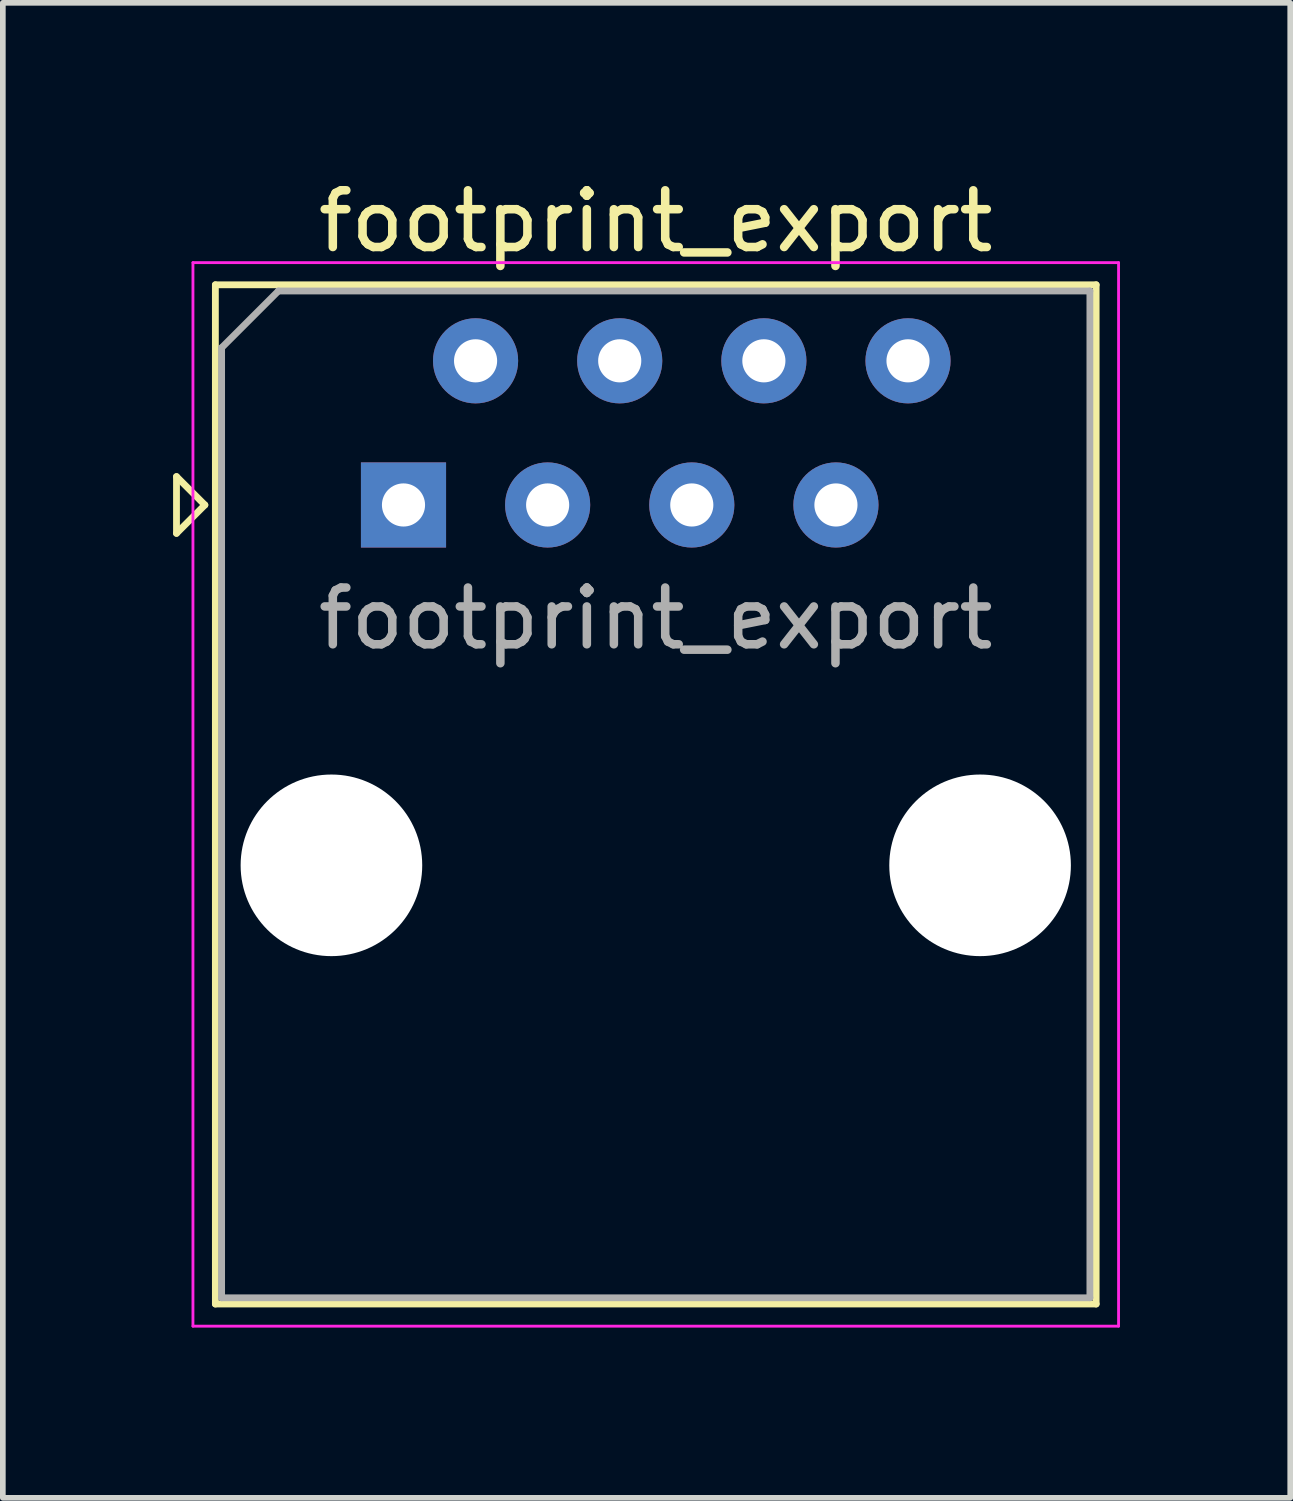
<source format=kicad_pcb>
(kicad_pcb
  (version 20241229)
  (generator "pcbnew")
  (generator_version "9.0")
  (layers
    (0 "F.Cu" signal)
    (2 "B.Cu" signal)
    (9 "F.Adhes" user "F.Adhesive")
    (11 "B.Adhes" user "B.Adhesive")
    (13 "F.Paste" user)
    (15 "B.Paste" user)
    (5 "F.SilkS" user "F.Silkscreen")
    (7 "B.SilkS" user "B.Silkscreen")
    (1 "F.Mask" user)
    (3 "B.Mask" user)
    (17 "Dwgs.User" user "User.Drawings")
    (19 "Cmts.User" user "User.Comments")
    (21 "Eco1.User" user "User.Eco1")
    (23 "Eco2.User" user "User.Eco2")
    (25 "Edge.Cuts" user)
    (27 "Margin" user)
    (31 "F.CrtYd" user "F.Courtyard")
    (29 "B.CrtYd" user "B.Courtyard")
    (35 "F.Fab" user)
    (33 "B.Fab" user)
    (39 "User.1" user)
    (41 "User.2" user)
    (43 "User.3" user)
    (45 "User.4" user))
  (footprint "footprint_export"
    (layer "F.Cu")
    (at 4.06 5.848)
    (property "Reference" "footprint_export" (at 4.445 -5 0) (layer "F.SilkS") (effects (font (size 1 1) (thickness 0.15))))
    (attr through_hole)
    (fp_line (start -4 -0.5) (end -4 0.5) (stroke (width 0.12) (type solid)) (layer "F.SilkS"))
    (fp_line (start -4 0.5) (end -3.5 0) (stroke (width 0.12) (type solid)) (layer "F.SilkS"))
    (fp_line (start -3.5 0) (end -4 -0.5) (stroke (width 0.12) (type solid)) (layer "F.SilkS"))
    (fp_line (start -3.315 -3.88) (end -3.315 14.08) (stroke (width 0.12) (type solid)) (layer "F.SilkS"))
    (fp_line (start -3.315 14.08) (end 12.205 14.08) (stroke (width 0.12) (type solid)) (layer "F.SilkS"))
    (fp_line (start 12.205 -3.88) (end -3.315 -3.88) (stroke (width 0.12) (type solid)) (layer "F.SilkS"))
    (fp_line (start 12.205 -3.88) (end 12.205 14.08) (stroke (width 0.12) (type solid)) (layer "F.SilkS"))
    (fp_line (start -3.71 -4.27) (end -3.71 14.47) (stroke (width 0.05) (type solid)) (layer "F.CrtYd"))
    (fp_line (start -3.71 -4.27) (end 12.6 -4.27) (stroke (width 0.05) (type solid)) (layer "F.CrtYd"))
    (fp_line (start 12.6 14.47) (end -3.71 14.47) (stroke (width 0.05) (type solid)) (layer "F.CrtYd"))
    (fp_line (start 12.6 14.47) (end 12.6 -4.27) (stroke (width 0.05) (type solid)) (layer "F.CrtYd"))
    (fp_line (start -3.205 -2.77) (end -2.205 -3.77) (stroke (width 0.12) (type solid)) (layer "F.Fab"))
    (fp_line (start -3.205 13.97) (end -3.205 -2.77) (stroke (width 0.12) (type solid)) (layer "F.Fab"))
    (fp_line (start -2.205 -3.77) (end 12.095 -3.77) (stroke (width 0.12) (type solid)) (layer "F.Fab"))
    (fp_line (start 12.095 -3.77) (end 12.095 13.97) (stroke (width 0.12) (type solid)) (layer "F.Fab"))
    (fp_line (start 12.095 13.97) (end -3.205 13.97) (stroke (width 0.12) (type solid)) (layer "F.Fab"))
    (fp_text user "${REFERENCE}" (at 4.445 2 0) (layer "F.Fab") (effects (font (size 1 1) (thickness 0.15))))
    (pad "" np_thru_hole circle (at -1.27 6.35) (size 3.2 3.2) (drill 3.2) (layers "*.Cu" "*.Mask"))
    (pad "" np_thru_hole circle (at 10.16 6.35) (size 3.2 3.2) (drill 3.2) (layers "*.Cu" "*.Mask"))
    (pad "1" thru_hole rect (at 0 0) (size 1.5 1.5) (drill 0.76) (layers "*.Cu" "*.Mask"))
    (pad "2" thru_hole circle (at 1.27 -2.54) (size 1.5 1.5) (drill 0.76) (layers "*.Cu" "*.Mask"))
    (pad "3" thru_hole circle (at 2.54 0) (size 1.5 1.5) (drill 0.76) (layers "*.Cu" "*.Mask"))
    (pad "4" thru_hole circle (at 3.81 -2.54) (size 1.5 1.5) (drill 0.76) (layers "*.Cu" "*.Mask"))
    (pad "5" thru_hole circle (at 5.08 0) (size 1.5 1.5) (drill 0.76) (layers "*.Cu" "*.Mask"))
    (pad "6" thru_hole circle (at 6.35 -2.54) (size 1.5 1.5) (drill 0.76) (layers "*.Cu" "*.Mask"))
    (pad "7" thru_hole circle (at 7.62 0) (size 1.5 1.5) (drill 0.76) (layers "*.Cu" "*.Mask"))
    (pad "8" thru_hole circle (at 8.89 -2.54) (size 1.5 1.5) (drill 0.76) (layers "*.Cu" "*.Mask")))
  (gr_rect
    (start -3 -3)
    (end 19.685 23.343)
    (stroke (width 0.1) (type default))
    (fill no)
    (layer "Edge.Cuts")))
</source>
